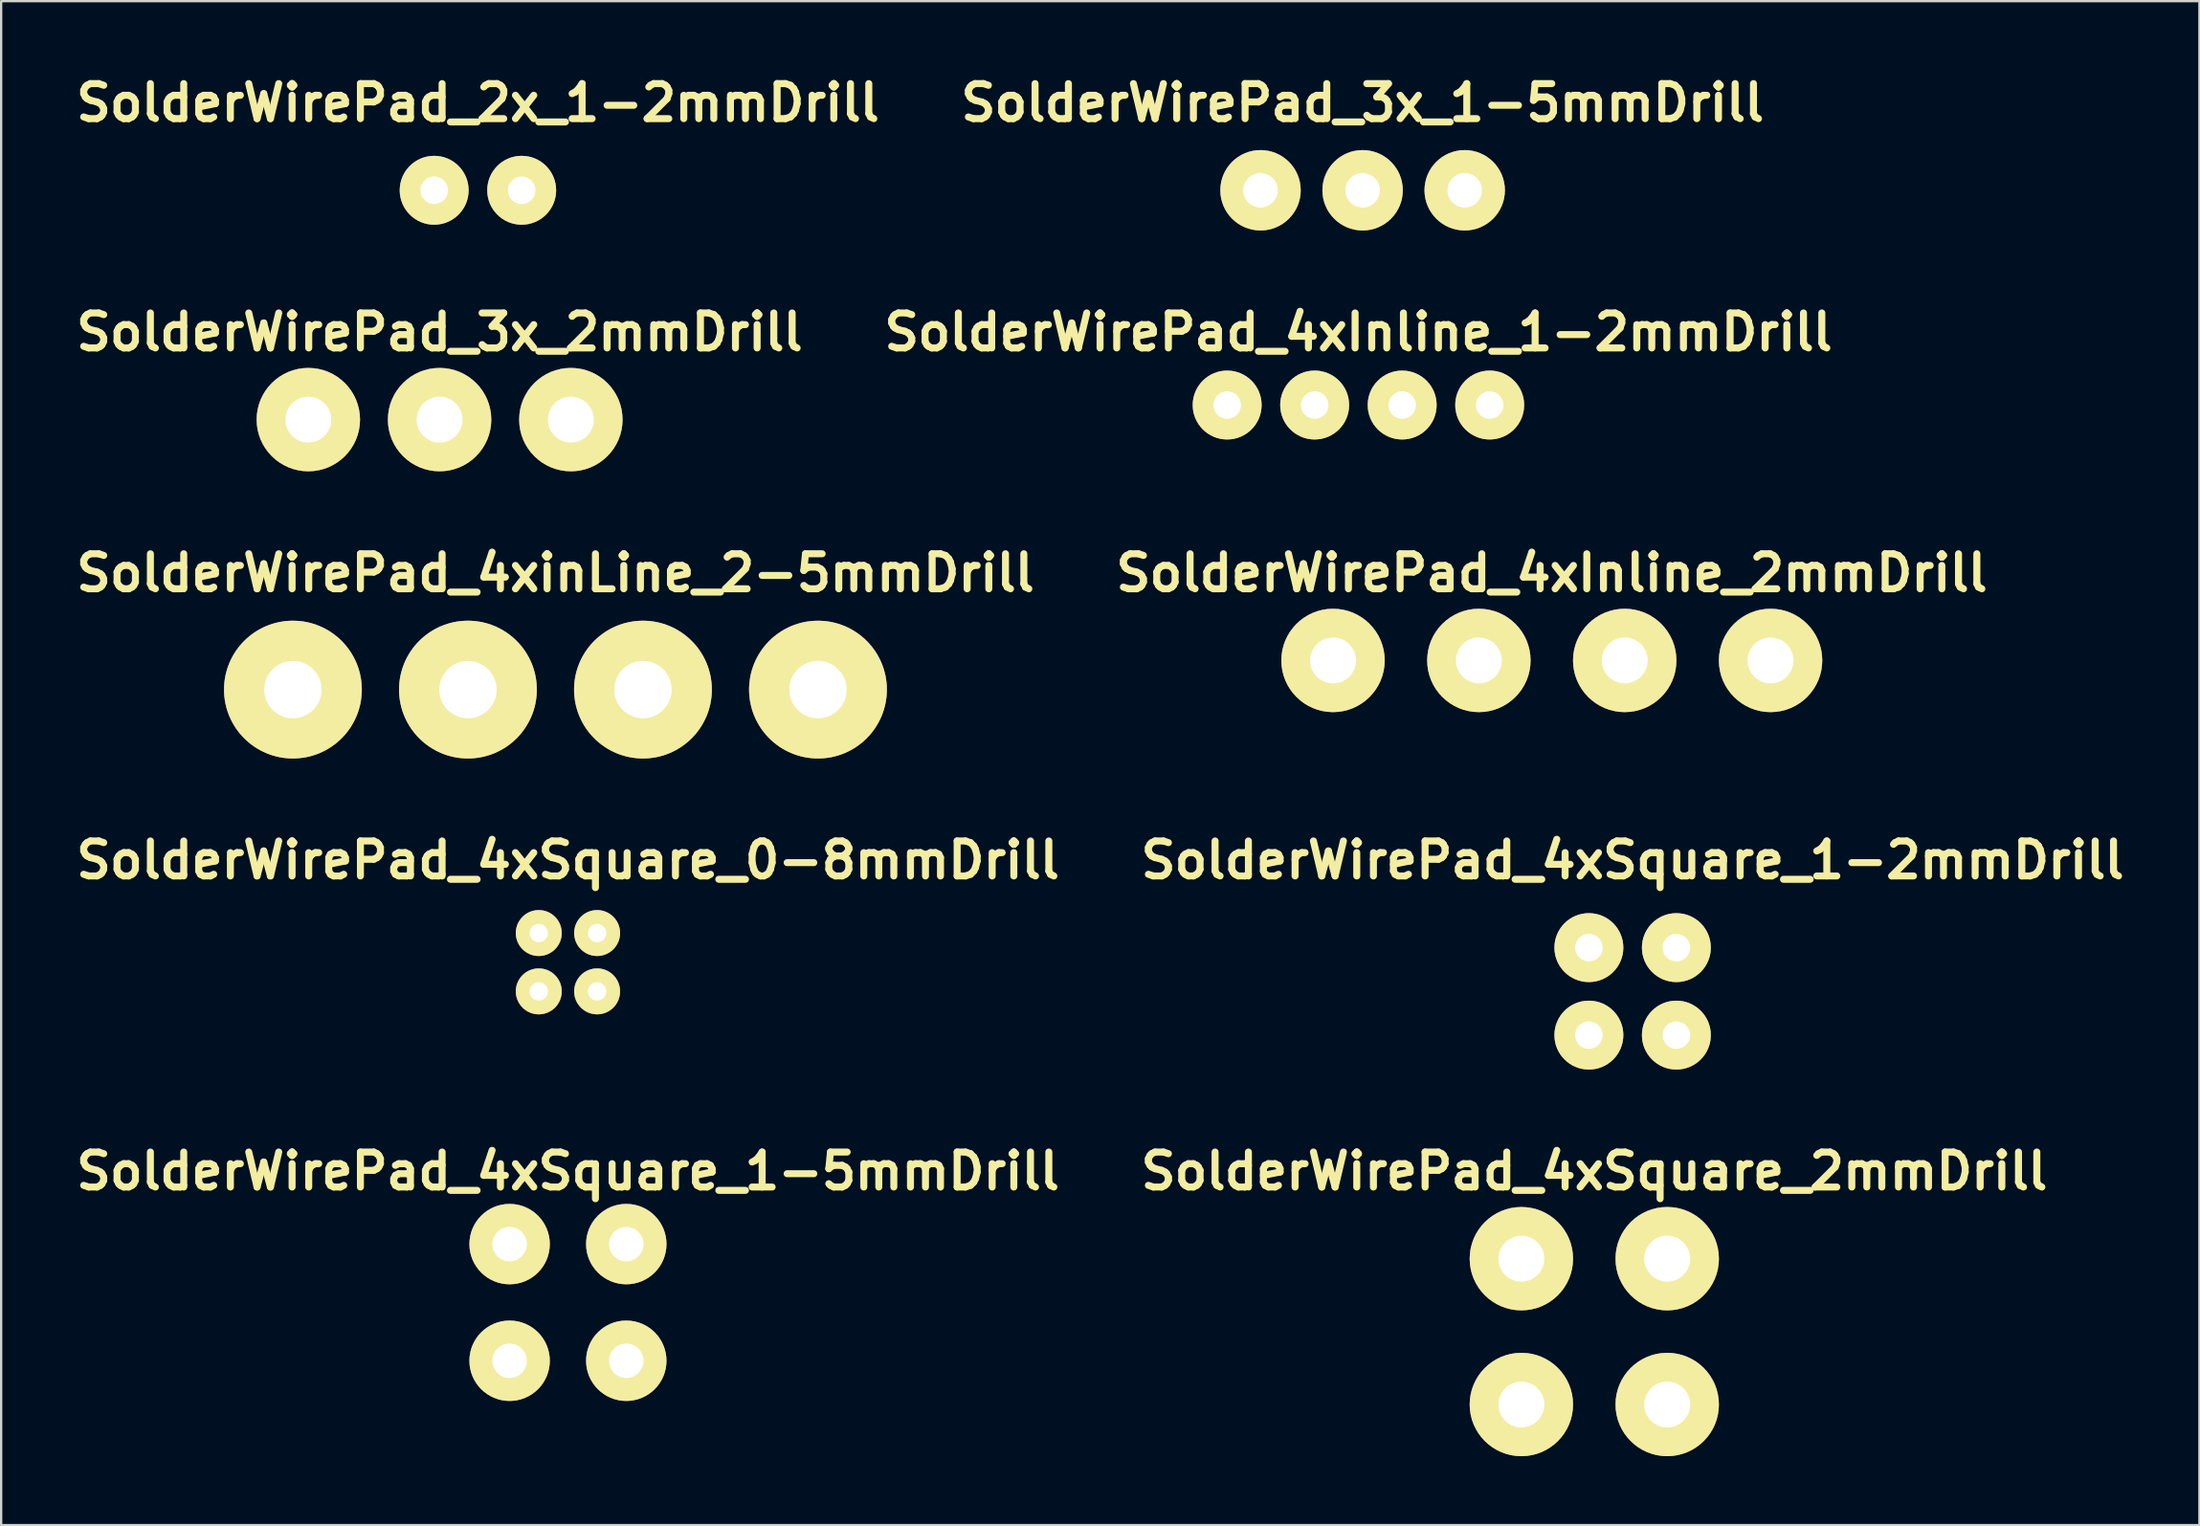
<source format=kicad_pcb>
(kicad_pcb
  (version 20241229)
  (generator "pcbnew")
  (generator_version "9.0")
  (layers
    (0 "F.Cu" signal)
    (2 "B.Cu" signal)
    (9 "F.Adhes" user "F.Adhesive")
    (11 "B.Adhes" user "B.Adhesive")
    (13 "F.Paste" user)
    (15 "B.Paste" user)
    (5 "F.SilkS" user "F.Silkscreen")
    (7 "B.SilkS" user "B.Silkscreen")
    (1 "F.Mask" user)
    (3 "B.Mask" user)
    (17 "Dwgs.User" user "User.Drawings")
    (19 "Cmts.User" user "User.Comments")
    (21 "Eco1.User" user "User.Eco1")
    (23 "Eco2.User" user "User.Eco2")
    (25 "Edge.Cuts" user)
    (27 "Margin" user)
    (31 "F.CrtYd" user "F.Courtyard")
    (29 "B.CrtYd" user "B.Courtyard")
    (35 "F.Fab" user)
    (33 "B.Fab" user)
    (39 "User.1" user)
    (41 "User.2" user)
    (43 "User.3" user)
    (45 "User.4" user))
  (footprint "SolderWirePad_4xinLine_2-5mmDrill"
    (layer "F.Cu")
    (at 21.133 26.98)
    (property "Reference" "SolderWirePad_4xinLine_2-5mmDrill" (at 0 -5.08 0) (layer "F.SilkS") (effects (font (size 1.524 1.524) (thickness 0.305))))
    (attr through_hole)
    (pad "1" thru_hole circle (at -11.43 0) (size 5.999 5.999) (drill 2.499) (layers "*.Cu" "*.Mask" "F.SilkS"))
    (pad "2" thru_hole circle (at -3.81 0) (size 5.999 5.999) (drill 2.499) (layers "*.Cu" "*.Mask" "F.SilkS"))
    (pad "3" thru_hole circle (at 3.81 0) (size 5.999 5.999) (drill 2.499) (layers "*.Cu" "*.Mask" "F.SilkS"))
    (pad "4" thru_hole circle (at 11.43 0) (size 5.999 5.999) (drill 2.499) (layers "*.Cu" "*.Mask" "F.SilkS")))
  (footprint "SolderWirePad_4xSquare_0-8mmDrill"
    (layer "F.Cu")
    (at 21.677 38.851)
    (property "Reference" "SolderWirePad_4xSquare_0-8mmDrill" (at 0 -4.445 0) (layer "F.SilkS") (effects (font (size 1.524 1.524) (thickness 0.305))))
    (attr through_hole)
    (pad "1" thru_hole circle (at -1.27 1.27) (size 1.999 1.999) (drill 0.8) (layers "*.Cu" "*.Mask" "F.SilkS"))
    (pad "2" thru_hole circle (at 1.27 1.27) (size 1.999 1.999) (drill 0.8) (layers "*.Cu" "*.Mask" "F.SilkS"))
    (pad "3" thru_hole circle (at -1.27 -1.27) (size 1.999 1.999) (drill 0.8) (layers "*.Cu" "*.Mask" "F.SilkS"))
    (pad "4" thru_hole circle (at 1.27 -1.27) (size 1.999 1.999) (drill 0.8) (layers "*.Cu" "*.Mask" "F.SilkS")))
  (footprint "SolderWirePad_4xSquare_2mmDrill"
    (layer "F.Cu")
    (at 66.362 54.937)
    (property "Reference" "SolderWirePad_4xSquare_2mmDrill" (at 0 -6.985 0) (layer "F.SilkS") (effects (font (size 1.524 1.524) (thickness 0.305))))
    (attr through_hole)
    (pad "1" thru_hole circle (at -3.175 3.175) (size 4.501 4.501) (drill 1.999) (layers "*.Cu" "*.Mask" "F.SilkS"))
    (pad "2" thru_hole circle (at 3.175 3.175) (size 4.501 4.501) (drill 1.999) (layers "*.Cu" "*.Mask" "F.SilkS"))
    (pad "3" thru_hole circle (at -3.175 -3.175) (size 4.501 4.501) (drill 1.999) (layers "*.Cu" "*.Mask" "F.SilkS"))
    (pad "4" thru_hole circle (at 3.175 -3.175) (size 4.501 4.501) (drill 1.999) (layers "*.Cu" "*.Mask" "F.SilkS")))
  (footprint "SolderWirePad_3x_1-5mmDrill"
    (layer "F.Cu")
    (at 56.275 5.236)
    (property "Reference" "SolderWirePad_3x_1-5mmDrill" (at 0 -3.81 0) (layer "F.SilkS") (effects (font (size 1.524 1.524) (thickness 0.305))))
    (attr through_hole)
    (pad "1" thru_hole circle (at -4.445 0) (size 3.5 3.5) (drill 1.501) (layers "*.Cu" "*.Mask" "F.SilkS"))
    (pad "2" thru_hole circle (at 0 0) (size 3.5 3.5) (drill 1.501) (layers "*.Cu" "*.Mask" "F.SilkS"))
    (pad "3" thru_hole circle (at 4.445 0) (size 3.5 3.5) (drill 1.501) (layers "*.Cu" "*.Mask" "F.SilkS")))
  (footprint "SolderWirePad_4xSquare_1-2mmDrill"
    (layer "F.Cu")
    (at 68.031 40.121)
    (property "Reference" "SolderWirePad_4xSquare_1-2mmDrill" (at 0 -5.715 0) (layer "F.SilkS") (effects (font (size 1.524 1.524) (thickness 0.305))))
    (attr through_hole)
    (pad "1" thru_hole circle (at -1.905 1.905) (size 3 3) (drill 1.199) (layers "*.Cu" "*.Mask" "F.SilkS"))
    (pad "2" thru_hole circle (at 1.905 1.905) (size 3 3) (drill 1.199) (layers "*.Cu" "*.Mask" "F.SilkS"))
    (pad "3" thru_hole circle (at -1.905 -1.905) (size 3 3) (drill 1.199) (layers "*.Cu" "*.Mask" "F.SilkS"))
    (pad "4" thru_hole circle (at 1.905 -1.905) (size 3 3) (drill 1.199) (layers "*.Cu" "*.Mask" "F.SilkS")))
  (footprint "SolderWirePad_4xInline_2mmDrill"
    (layer "F.Cu")
    (at 64.512 25.71)
    (property "Reference" "SolderWirePad_4xInline_2mmDrill" (at 0 -3.81 0) (layer "F.SilkS") (effects (font (size 1.524 1.524) (thickness 0.305))))
    (attr through_hole)
    (pad "1" thru_hole circle (at -9.525 0) (size 4.501 4.501) (drill 1.999) (layers "*.Cu" "*.Mask" "F.SilkS"))
    (pad "2" thru_hole circle (at -3.175 0) (size 4.501 4.501) (drill 1.999) (layers "*.Cu" "*.Mask" "F.SilkS"))
    (pad "3" thru_hole circle (at 3.175 0) (size 4.501 4.501) (drill 1.999) (layers "*.Cu" "*.Mask" "F.SilkS"))
    (pad "4" thru_hole circle (at 9.525 0) (size 4.501 4.501) (drill 1.999) (layers "*.Cu" "*.Mask" "F.SilkS")))
  (footprint "SolderWirePad_2x_1-2mmDrill"
    (layer "F.Cu")
    (at 17.758 5.236)
    (property "Reference" "SolderWirePad_2x_1-2mmDrill" (at 0 -3.81 0) (layer "F.SilkS") (effects (font (size 1.524 1.524) (thickness 0.305))))
    (attr through_hole)
    (pad "1" thru_hole circle (at -1.905 0) (size 3 3) (drill 1.199) (layers "*.Cu" "*.Mask" "F.SilkS"))
    (pad "2" thru_hole circle (at 1.905 0) (size 3 3) (drill 1.199) (layers "*.Cu" "*.Mask" "F.SilkS")))
  (footprint "SolderWirePad_3x_2mmDrill"
    (layer "F.Cu")
    (at 16.089 15.223)
    (property "Reference" "SolderWirePad_3x_2mmDrill" (at 0 -3.81 0) (layer "F.SilkS") (effects (font (size 1.524 1.524) (thickness 0.305))))
    (attr through_hole)
    (pad "1" thru_hole circle (at -5.715 0) (size 4.501 4.501) (drill 1.999) (layers "*.Cu" "*.Mask" "F.SilkS"))
    (pad "2" thru_hole circle (at 0 0) (size 4.501 4.501) (drill 1.999) (layers "*.Cu" "*.Mask" "F.SilkS"))
    (pad "3" thru_hole circle (at 5.715 0) (size 4.501 4.501) (drill 1.999) (layers "*.Cu" "*.Mask" "F.SilkS")))
  (footprint "SolderWirePad_4xInline_1-2mmDrill"
    (layer "F.Cu")
    (at 56.093 14.588)
    (property "Reference" "SolderWirePad_4xInline_1-2mmDrill" (at 0 -3.175 0) (layer "F.SilkS") (effects (font (size 1.524 1.524) (thickness 0.305))))
    (attr through_hole)
    (pad "1" thru_hole circle (at -5.715 0) (size 3 3) (drill 1.199) (layers "*.Cu" "*.Mask" "F.SilkS"))
    (pad "2" thru_hole circle (at -1.905 0) (size 3 3) (drill 1.199) (layers "*.Cu" "*.Mask" "F.SilkS"))
    (pad "3" thru_hole circle (at 1.905 0) (size 3 3) (drill 1.199) (layers "*.Cu" "*.Mask" "F.SilkS"))
    (pad "4" thru_hole circle (at 5.715 0) (size 3 3) (drill 1.199) (layers "*.Cu" "*.Mask" "F.SilkS")))
  (footprint "SolderWirePad_4xSquare_1-5mmDrill"
    (layer "F.Cu")
    (at 21.677 53.667)
    (property "Reference" "SolderWirePad_4xSquare_1-5mmDrill" (at 0 -5.715 0) (layer "F.SilkS") (effects (font (size 1.524 1.524) (thickness 0.305))))
    (attr through_hole)
    (pad "1" thru_hole circle (at -2.54 2.54) (size 3.5 3.5) (drill 1.501) (layers "*.Cu" "*.Mask" "F.SilkS"))
    (pad "2" thru_hole circle (at 2.54 2.54) (size 3.5 3.5) (drill 1.501) (layers "*.Cu" "*.Mask" "F.SilkS"))
    (pad "3" thru_hole circle (at -2.54 -2.54) (size 3.5 3.5) (drill 1.501) (layers "*.Cu" "*.Mask" "F.SilkS"))
    (pad "4" thru_hole circle (at 2.54 -2.54) (size 3.5 3.5) (drill 1.501) (layers "*.Cu" "*.Mask" "F.SilkS")))
  (gr_rect
    (start -3 -3)
    (end 92.708 63.363)
    (stroke (width 0.1) (type default))
    (fill no)
    (layer "Edge.Cuts")))
</source>
